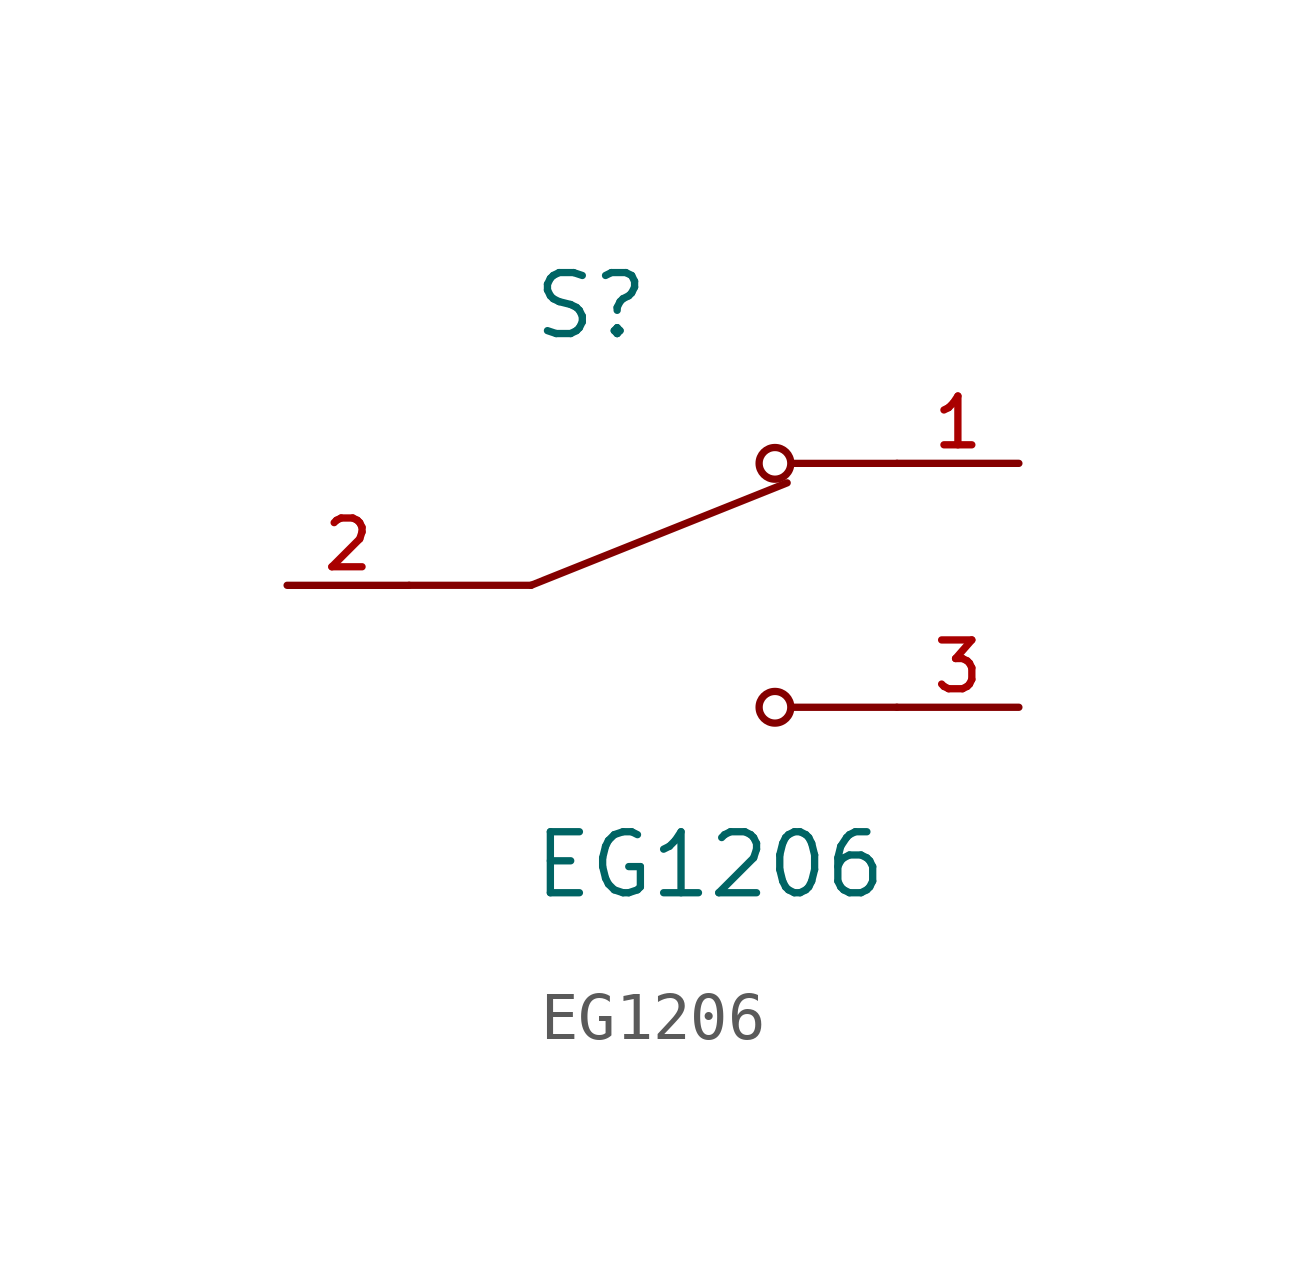
<source format=kicad_sym>
(kicad_symbol_lib
  (version 20211014)
  (generator kicad_symbol_editor)
  (symbol "EG1206"
    (pin_names
      (offset 1.016))
    (property "Reference" "S"
      (at -2.54 5.08 0)
      (effects (font (size 1.27 1.27)) (justify bottom left)))
    (property "Value" "EG1206"
      (at -2.54 -5.08 0)
      (effects (font (size 1.27 1.27)) (justify top left)))
    (symbol "EG1206_0_0"
      (polyline (pts (xy -2.54 0.0) (xy 2.794 2.134)) (stroke (width 0.152)))
      (circle (center 2.54 2.54) (radius 0.33) (stroke (width 0.152)) (fill (type none)))
      (circle (center 2.54 -2.54) (radius 0.33) (stroke (width 0.152)) (fill (type none)))
      (polyline (pts (xy 5.08 -2.54) (xy 2.921 -2.54)) (stroke (width 0.152)))
      (polyline (pts (xy 5.08 2.54) (xy 2.921 2.54)) (stroke (width 0.152)))
      (polyline (pts (xy -2.54 0.0) (xy -5.08 0.0)) (stroke (width 0.152)))
      (pin passive line (at 7.62 2.54 180.0) (length 2.54) (name "~" (effects (font (size 1.016 1.016)))) (number "1" (effects (font (size 1.016 1.016)))))
      (pin passive line (at -7.62 0.0 0) (length 2.54) (name "~" (effects (font (size 1.016 1.016)))) (number "2" (effects (font (size 1.016 1.016)))))
      (pin passive line (at 7.62 -2.54 180.0) (length 2.54) (name "~" (effects (font (size 1.016 1.016)))) (number "3" (effects (font (size 1.016 1.016))))))))
</source>
